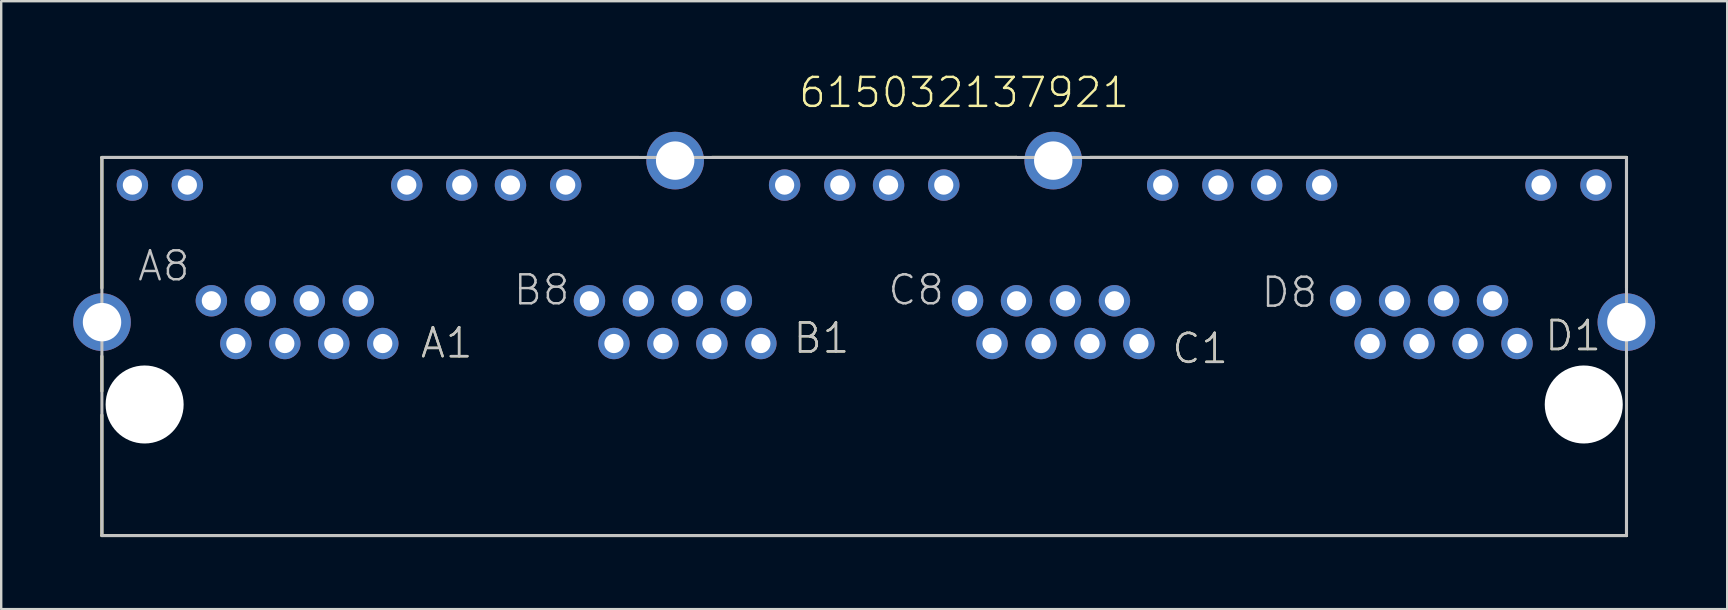
<source format=kicad_pcb>
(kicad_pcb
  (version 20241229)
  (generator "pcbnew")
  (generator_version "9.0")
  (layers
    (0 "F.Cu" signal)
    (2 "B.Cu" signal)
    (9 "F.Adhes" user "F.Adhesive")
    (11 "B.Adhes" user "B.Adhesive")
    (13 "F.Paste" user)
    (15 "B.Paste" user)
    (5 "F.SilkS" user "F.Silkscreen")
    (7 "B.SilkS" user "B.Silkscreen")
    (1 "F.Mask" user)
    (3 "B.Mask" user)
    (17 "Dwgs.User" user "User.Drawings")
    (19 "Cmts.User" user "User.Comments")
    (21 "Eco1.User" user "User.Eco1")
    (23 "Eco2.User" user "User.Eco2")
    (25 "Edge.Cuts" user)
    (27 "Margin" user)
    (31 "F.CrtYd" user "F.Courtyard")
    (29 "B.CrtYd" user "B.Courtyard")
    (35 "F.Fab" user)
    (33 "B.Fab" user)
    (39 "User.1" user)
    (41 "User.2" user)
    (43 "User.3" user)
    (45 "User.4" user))
  (footprint "615032137921"
    (layer "F.Cu")
    (at 32.95 13.8)
    (property "Reference" "615032137921" (at -2.796 -12.289 0) (layer "F.SilkS") (effects (font (size 1.206 1.206) (thickness 0.102)) (justify left bottom)))
    (attr through_hole)
    (fp_line (start -31.755 -10.291) (end -31.755 -4.853) (stroke (width 0.127) (type solid)) (layer "F.SilkS"))
    (fp_line (start -31.755 -2.01) (end -31.755 -0.557) (stroke (width 0.127) (type solid)) (layer "F.SilkS"))
    (fp_line (start -31.755 5.46) (end -31.755 0.44) (stroke (width 0.127) (type solid)) (layer "F.SilkS"))
    (fp_line (start -9.397 -10.291) (end -31.755 -10.291) (stroke (width 0.127) (type solid)) (layer "F.SilkS"))
    (fp_line (start -6.337 -10.293) (end 6.335 -10.293) (stroke (width 0.127) (type solid)) (layer "F.SilkS"))
    (fp_line (start 6.335 -10.293) (end 6.335 -10.296) (stroke (width 0.127) (type solid)) (layer "F.SilkS"))
    (fp_line (start 9.411 -10.293) (end 31.755 -10.293) (stroke (width 0.127) (type solid)) (layer "F.SilkS"))
    (fp_line (start 31.755 -10.293) (end 31.755 -4.855) (stroke (width 0.127) (type solid)) (layer "F.SilkS"))
    (fp_line (start 31.755 0.703) (end 31.755 5.46) (stroke (width 0.127) (type solid)) (layer "F.SilkS"))
    (fp_line (start 31.755 5.46) (end -31.755 5.46) (stroke (width 0.127) (type solid)) (layer "F.SilkS"))
    (fp_line (start 31.756 -1.99) (end 31.756 -0.513) (stroke (width 0.127) (type solid)) (layer "F.SilkS"))
    (fp_line (start -31.755 -10.29) (end 31.755 -10.29) (stroke (width 0.127) (type solid)) (layer "Dwgs.User"))
    (fp_line (start -31.755 5.46) (end -31.755 -10.29) (stroke (width 0.127) (type solid)) (layer "Dwgs.User"))
    (fp_line (start 31.755 -10.29) (end 31.755 5.46) (stroke (width 0.127) (type solid)) (layer "Dwgs.User"))
    (fp_line (start 31.755 5.46) (end -31.755 5.46) (stroke (width 0.127) (type solid)) (layer "Dwgs.User"))
    (fp_text user "A1" (at -18.55 -1.86 0) (layer "F.SilkS") (effects (font (size 1.206 1.206) (thickness 0.102)) (justify left bottom)))
    (fp_text user "D1" (at 28.29 -2.16 0) (layer "F.SilkS") (effects (font (size 1.206 1.206) (thickness 0.102)) (justify left bottom)))
    (fp_text user "B1" (at -3.025 -2.06 0) (layer "F.SilkS") (effects (font (size 1.206 1.206) (thickness 0.102)) (justify left bottom)))
    (fp_text user "C1" (at 12.75 -1.625 0) (layer "F.SilkS") (effects (font (size 1.206 1.206) (thickness 0.102)) (justify left bottom)))
    (fp_text user "A8" (at -30.335 -5.065 0) (layer "Dwgs.User") (effects (font (size 1.206 1.206) (thickness 0.102)) (justify left bottom)))
    (fp_text user "D8" (at 16.47 -3.965 0) (layer "Dwgs.User") (effects (font (size 1.206 1.206) (thickness 0.102)) (justify left bottom)))
    (fp_text user "B8" (at -14.68 -4.065 0) (layer "Dwgs.User") (effects (font (size 1.206 1.206) (thickness 0.102)) (justify left bottom)))
    (fp_text user "D1" (at 28.29 -2.16 0) (layer "Dwgs.User") (effects (font (size 1.206 1.206) (thickness 0.102)) (justify left bottom)))
    (fp_text user "C8" (at 0.92 -4.065 0) (layer "Dwgs.User") (effects (font (size 1.206 1.206) (thickness 0.102)) (justify left bottom)))
    (fp_text user "B1" (at -3.025 -2.06 0) (layer "Dwgs.User") (effects (font (size 1.206 1.206) (thickness 0.102)) (justify left bottom)))
    (fp_text user "A1" (at -18.55 -1.86 0) (layer "Dwgs.User") (effects (font (size 1.206 1.206) (thickness 0.102)) (justify left bottom)))
    (fp_text user "C1" (at 12.75 -1.625 0) (layer "Dwgs.User") (effects (font (size 1.206 1.206) (thickness 0.102)) (justify left bottom)))
    (pad "" np_thru_hole circle (at -29.975 0) (size 3.25 3.25) (drill 3.25) (layers "*.Cu"))
    (pad "" np_thru_hole circle (at 29.975 0) (size 3.25 3.25) (drill 3.25) (layers "*.Cu"))
    (pad "A1" thru_hole circle (at -20.055 -2.54) (size 1.308 1.308) (drill 0.8) (layers "*.Cu" "*.Mask"))
    (pad "A2" thru_hole circle (at -21.075 -4.32) (size 1.308 1.308) (drill 0.8) (layers "*.Cu" "*.Mask"))
    (pad "A3" thru_hole circle (at -22.095 -2.54) (size 1.308 1.308) (drill 0.8) (layers "*.Cu" "*.Mask"))
    (pad "A4" thru_hole circle (at -23.115 -4.32) (size 1.308 1.308) (drill 0.8) (layers "*.Cu" "*.Mask"))
    (pad "A5" thru_hole circle (at -24.135 -2.54) (size 1.308 1.308) (drill 0.8) (layers "*.Cu" "*.Mask"))
    (pad "A6" thru_hole circle (at -25.155 -4.32) (size 1.308 1.308) (drill 0.8) (layers "*.Cu" "*.Mask"))
    (pad "A7" thru_hole circle (at -26.175 -2.54) (size 1.308 1.308) (drill 0.8) (layers "*.Cu" "*.Mask"))
    (pad "A8" thru_hole circle (at -27.195 -4.32) (size 1.308 1.308) (drill 0.8) (layers "*.Cu" "*.Mask"))
    (pad "A9" thru_hole circle (at -16.765 -9.14) (size 1.308 1.308) (drill 0.8) (layers "*.Cu" "*.Mask"))
    (pad "A10" thru_hole circle (at -19.055 -9.14) (size 1.308 1.308) (drill 0.8) (layers "*.Cu" "*.Mask"))
    (pad "A11" thru_hole circle (at -28.195 -9.14) (size 1.308 1.308) (drill 0.8) (layers "*.Cu" "*.Mask"))
    (pad "A12" thru_hole circle (at -30.485 -9.14) (size 1.308 1.308) (drill 0.8) (layers "*.Cu" "*.Mask"))
    (pad "B1" thru_hole circle (at -4.305 -2.54) (size 1.308 1.308) (drill 0.8) (layers "*.Cu" "*.Mask"))
    (pad "B2" thru_hole circle (at -5.325 -4.32) (size 1.308 1.308) (drill 0.8) (layers "*.Cu" "*.Mask"))
    (pad "B3" thru_hole circle (at -6.345 -2.54) (size 1.308 1.308) (drill 0.8) (layers "*.Cu" "*.Mask"))
    (pad "B4" thru_hole circle (at -7.365 -4.32) (size 1.308 1.308) (drill 0.8) (layers "*.Cu" "*.Mask"))
    (pad "B5" thru_hole circle (at -8.385 -2.54) (size 1.308 1.308) (drill 0.8) (layers "*.Cu" "*.Mask"))
    (pad "B6" thru_hole circle (at -9.405 -4.32) (size 1.308 1.308) (drill 0.8) (layers "*.Cu" "*.Mask"))
    (pad "B7" thru_hole circle (at -10.425 -2.54) (size 1.308 1.308) (drill 0.8) (layers "*.Cu" "*.Mask"))
    (pad "B8" thru_hole circle (at -11.445 -4.32) (size 1.308 1.308) (drill 0.8) (layers "*.Cu" "*.Mask"))
    (pad "B9" thru_hole circle (at -1.015 -9.14) (size 1.308 1.308) (drill 0.8) (layers "*.Cu" "*.Mask"))
    (pad "B10" thru_hole circle (at -3.315 -9.14) (size 1.308 1.308) (drill 0.8) (layers "*.Cu" "*.Mask"))
    (pad "B11" thru_hole circle (at -12.435 -9.14) (size 1.308 1.308) (drill 0.8) (layers "*.Cu" "*.Mask"))
    (pad "B12" thru_hole circle (at -14.735 -9.14) (size 1.308 1.308) (drill 0.8) (layers "*.Cu" "*.Mask"))
    (pad "C1" thru_hole circle (at 11.445 -2.54) (size 1.308 1.308) (drill 0.8) (layers "*.Cu" "*.Mask"))
    (pad "C2" thru_hole circle (at 10.425 -4.32) (size 1.308 1.308) (drill 0.8) (layers "*.Cu" "*.Mask"))
    (pad "C3" thru_hole circle (at 9.405 -2.54) (size 1.308 1.308) (drill 0.8) (layers "*.Cu" "*.Mask"))
    (pad "C4" thru_hole circle (at 8.385 -4.32) (size 1.308 1.308) (drill 0.8) (layers "*.Cu" "*.Mask"))
    (pad "C5" thru_hole circle (at 7.365 -2.54) (size 1.308 1.308) (drill 0.8) (layers "*.Cu" "*.Mask"))
    (pad "C6" thru_hole circle (at 6.345 -4.32) (size 1.308 1.308) (drill 0.8) (layers "*.Cu" "*.Mask"))
    (pad "C7" thru_hole circle (at 5.325 -2.54) (size 1.308 1.308) (drill 0.8) (layers "*.Cu" "*.Mask"))
    (pad "C8" thru_hole circle (at 4.305 -4.32) (size 1.308 1.308) (drill 0.8) (layers "*.Cu" "*.Mask"))
    (pad "C9" thru_hole circle (at 14.735 -9.14) (size 1.308 1.308) (drill 0.8) (layers "*.Cu" "*.Mask"))
    (pad "C10" thru_hole circle (at 12.435 -9.14) (size 1.308 1.308) (drill 0.8) (layers "*.Cu" "*.Mask"))
    (pad "C11" thru_hole circle (at 3.315 -9.14) (size 1.308 1.308) (drill 0.8) (layers "*.Cu" "*.Mask"))
    (pad "C12" thru_hole circle (at 1.015 -9.14) (size 1.308 1.308) (drill 0.8) (layers "*.Cu" "*.Mask"))
    (pad "D1" thru_hole circle (at 27.195 -2.54) (size 1.308 1.308) (drill 0.8) (layers "*.Cu" "*.Mask"))
    (pad "D2" thru_hole circle (at 26.175 -4.32) (size 1.308 1.308) (drill 0.8) (layers "*.Cu" "*.Mask"))
    (pad "D3" thru_hole circle (at 25.155 -2.54) (size 1.308 1.308) (drill 0.8) (layers "*.Cu" "*.Mask"))
    (pad "D4" thru_hole circle (at 24.135 -4.32) (size 1.308 1.308) (drill 0.8) (layers "*.Cu" "*.Mask"))
    (pad "D5" thru_hole circle (at 23.115 -2.54) (size 1.308 1.308) (drill 0.8) (layers "*.Cu" "*.Mask"))
    (pad "D6" thru_hole circle (at 22.095 -4.32) (size 1.308 1.308) (drill 0.8) (layers "*.Cu" "*.Mask"))
    (pad "D7" thru_hole circle (at 21.075 -2.54) (size 1.308 1.308) (drill 0.8) (layers "*.Cu" "*.Mask"))
    (pad "D8" thru_hole circle (at 20.055 -4.32) (size 1.308 1.308) (drill 0.8) (layers "*.Cu" "*.Mask"))
    (pad "D9" thru_hole circle (at 30.485 -9.14) (size 1.308 1.308) (drill 0.8) (layers "*.Cu" "*.Mask"))
    (pad "D10" thru_hole circle (at 28.195 -9.14) (size 1.308 1.308) (drill 0.8) (layers "*.Cu" "*.Mask"))
    (pad "D11" thru_hole circle (at 19.055 -9.14) (size 1.308 1.308) (drill 0.8) (layers "*.Cu" "*.Mask"))
    (pad "D12" thru_hole circle (at 16.765 -9.14) (size 1.308 1.308) (drill 0.8) (layers "*.Cu" "*.Mask"))
    (pad "SHEL" thru_hole circle (at -31.75 -3.43) (size 2.4 2.4) (drill 1.6) (layers "*.Cu" "*.Mask"))
    (pad "SHEL" thru_hole circle (at -7.875 -10.16) (size 2.4 2.4) (drill 1.6) (layers "*.Cu" "*.Mask"))
    (pad "SHEL" thru_hole circle (at 7.875 -10.16) (size 2.4 2.4) (drill 1.6) (layers "*.Cu" "*.Mask"))
    (pad "SHEL" thru_hole circle (at 31.75 -3.43) (size 2.4 2.4) (drill 1.6) (layers "*.Cu" "*.Mask")))
  (gr_rect
    (start -3 -3)
    (end 68.9 22.324)
    (stroke (width 0.1) (type default))
    (fill no)
    (layer "Edge.Cuts")))
</source>
